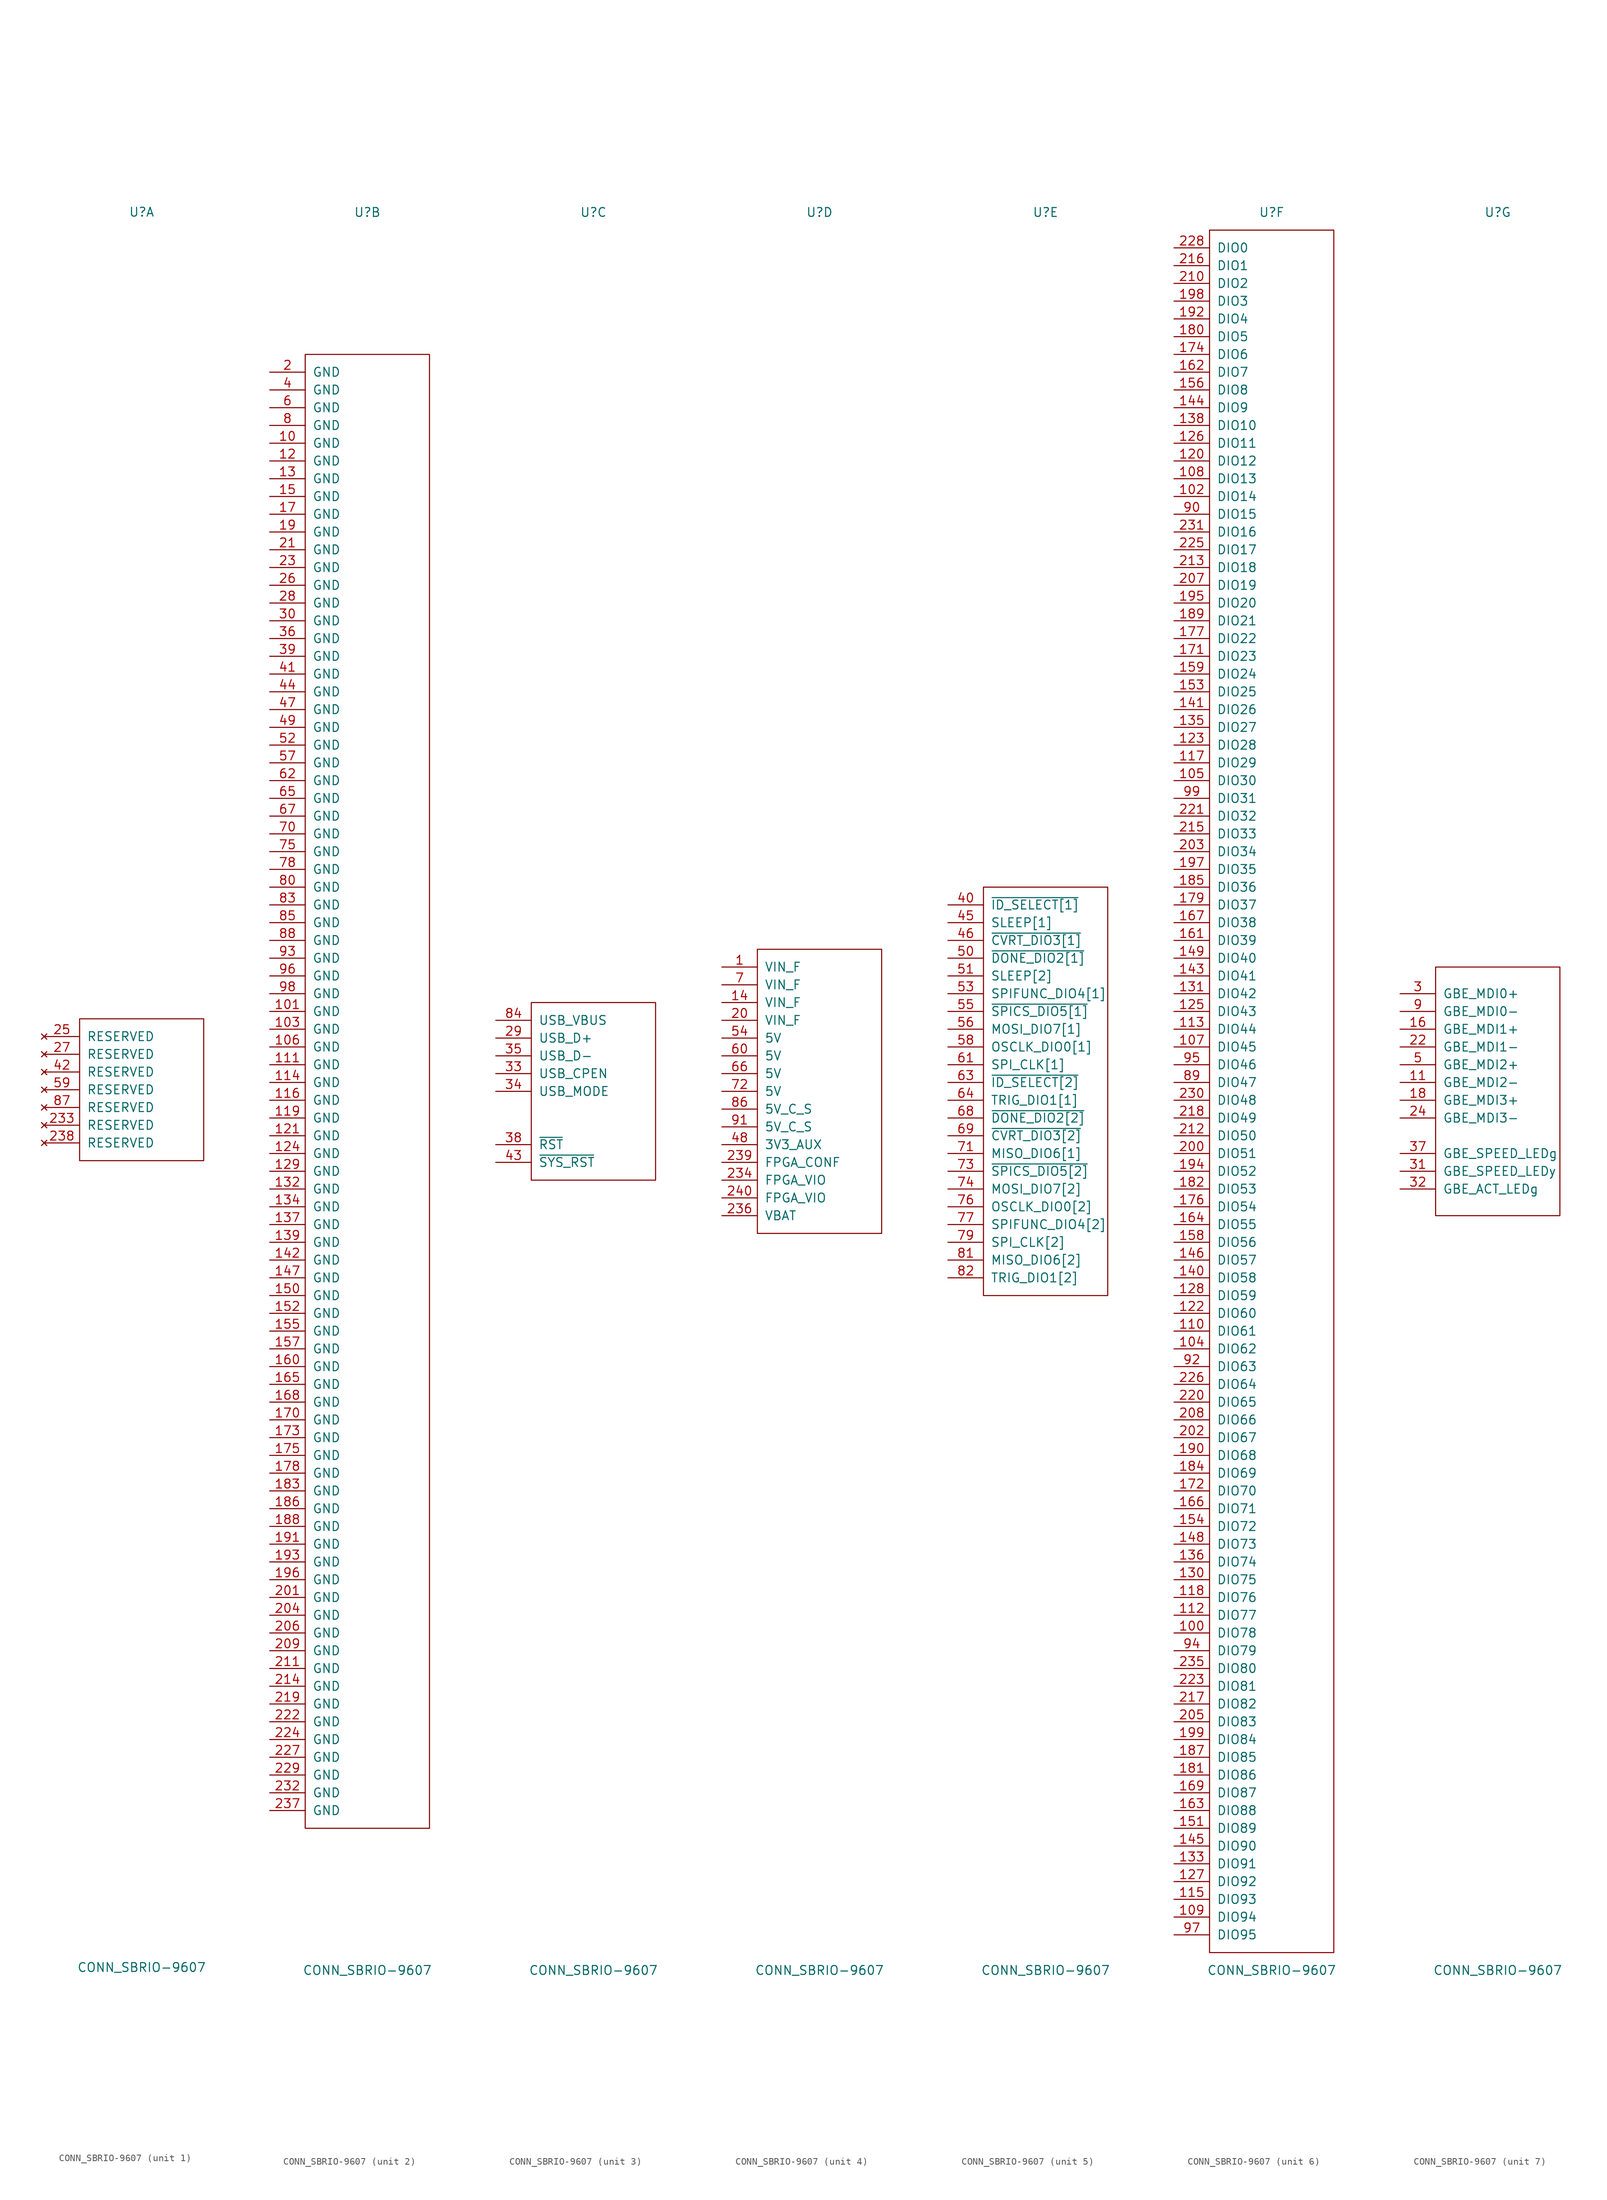
<source format=kicad_sym>
(kicad_symbol_lib
  (version 20201005)
  (generator kicad_symbol_editor)
  (symbol "CONN_SBRIO-9607"
    (pin_names
      (offset 1.016))
    (property "Reference" "U"
      (at 0 125.73 0)
      (effects (font (size 1.27 1.27))))
    (property "Value" "CONN_SBRIO-9607"
      (at 0 -125.73 0)
      (effects (font (size 1.27 1.27))))
    (property "ki_locked" ""
      (at 0 0 0)
      (effects (font (size 1.27 1.27))))
    (symbol "CONN_SBRIO-9607_1_1"
      (rectangle (start -8.89 10.16) (end 8.89 -10.16) (stroke (width 0)) (fill (type none)))
      (pin unconnected line (at -13.97 -5.08 0) (length 5.08) (name "RESERVED" (effects (font (size 1.27 1.27)))) (number "233" (effects (font (size 1.27 1.27)))))
      (pin unconnected line (at -13.97 -7.62 0) (length 5.08) (name "RESERVED" (effects (font (size 1.27 1.27)))) (number "238" (effects (font (size 1.27 1.27)))))
      (pin unconnected line (at -13.97 7.62 0) (length 5.08) (name "RESERVED" (effects (font (size 1.27 1.27)))) (number "25" (effects (font (size 1.27 1.27)))))
      (pin unconnected line (at -13.97 5.08 0) (length 5.08) (name "RESERVED" (effects (font (size 1.27 1.27)))) (number "27" (effects (font (size 1.27 1.27)))))
      (pin unconnected line (at -13.97 2.54 0) (length 5.08) (name "RESERVED" (effects (font (size 1.27 1.27)))) (number "42" (effects (font (size 1.27 1.27)))))
      (pin unconnected line (at -13.97 0 0) (length 5.08) (name "RESERVED" (effects (font (size 1.27 1.27)))) (number "59" (effects (font (size 1.27 1.27)))))
      (pin unconnected line (at -13.97 -2.54 0) (length 5.08) (name "RESERVED" (effects (font (size 1.27 1.27)))) (number "87" (effects (font (size 1.27 1.27))))))
    (symbol "CONN_SBRIO-9607_2_1"
      (rectangle (start -8.89 105.41) (end 8.89 -105.41) (stroke (width 0)) (fill (type none)))
      (pin power_in line (at -13.97 92.71 0) (length 5.08) (name "GND" (effects (font (size 1.27 1.27)))) (number "10" (effects (font (size 1.27 1.27)))))
      (pin power_in line (at -13.97 11.43 0) (length 5.08) (name "GND" (effects (font (size 1.27 1.27)))) (number "101" (effects (font (size 1.27 1.27)))))
      (pin power_in line (at -13.97 8.89 0) (length 5.08) (name "GND" (effects (font (size 1.27 1.27)))) (number "103" (effects (font (size 1.27 1.27)))))
      (pin power_in line (at -13.97 6.35 0) (length 5.08) (name "GND" (effects (font (size 1.27 1.27)))) (number "106" (effects (font (size 1.27 1.27)))))
      (pin power_in line (at -13.97 3.81 0) (length 5.08) (name "GND" (effects (font (size 1.27 1.27)))) (number "111" (effects (font (size 1.27 1.27)))))
      (pin power_in line (at -13.97 1.27 0) (length 5.08) (name "GND" (effects (font (size 1.27 1.27)))) (number "114" (effects (font (size 1.27 1.27)))))
      (pin power_in line (at -13.97 -1.27 0) (length 5.08) (name "GND" (effects (font (size 1.27 1.27)))) (number "116" (effects (font (size 1.27 1.27)))))
      (pin power_in line (at -13.97 -3.81 0) (length 5.08) (name "GND" (effects (font (size 1.27 1.27)))) (number "119" (effects (font (size 1.27 1.27)))))
      (pin power_in line (at -13.97 90.17 0) (length 5.08) (name "GND" (effects (font (size 1.27 1.27)))) (number "12" (effects (font (size 1.27 1.27)))))
      (pin power_in line (at -13.97 -6.35 0) (length 5.08) (name "GND" (effects (font (size 1.27 1.27)))) (number "121" (effects (font (size 1.27 1.27)))))
      (pin power_in line (at -13.97 -8.89 0) (length 5.08) (name "GND" (effects (font (size 1.27 1.27)))) (number "124" (effects (font (size 1.27 1.27)))))
      (pin power_in line (at -13.97 -11.43 0) (length 5.08) (name "GND" (effects (font (size 1.27 1.27)))) (number "129" (effects (font (size 1.27 1.27)))))
      (pin power_in line (at -13.97 87.63 0) (length 5.08) (name "GND" (effects (font (size 1.27 1.27)))) (number "13" (effects (font (size 1.27 1.27)))))
      (pin power_in line (at -13.97 -13.97 0) (length 5.08) (name "GND" (effects (font (size 1.27 1.27)))) (number "132" (effects (font (size 1.27 1.27)))))
      (pin power_in line (at -13.97 -16.51 0) (length 5.08) (name "GND" (effects (font (size 1.27 1.27)))) (number "134" (effects (font (size 1.27 1.27)))))
      (pin power_in line (at -13.97 -19.05 0) (length 5.08) (name "GND" (effects (font (size 1.27 1.27)))) (number "137" (effects (font (size 1.27 1.27)))))
      (pin power_in line (at -13.97 -21.59 0) (length 5.08) (name "GND" (effects (font (size 1.27 1.27)))) (number "139" (effects (font (size 1.27 1.27)))))
      (pin power_in line (at -13.97 -24.13 0) (length 5.08) (name "GND" (effects (font (size 1.27 1.27)))) (number "142" (effects (font (size 1.27 1.27)))))
      (pin power_in line (at -13.97 -26.67 0) (length 5.08) (name "GND" (effects (font (size 1.27 1.27)))) (number "147" (effects (font (size 1.27 1.27)))))
      (pin power_in line (at -13.97 85.09 0) (length 5.08) (name "GND" (effects (font (size 1.27 1.27)))) (number "15" (effects (font (size 1.27 1.27)))))
      (pin power_in line (at -13.97 -29.21 0) (length 5.08) (name "GND" (effects (font (size 1.27 1.27)))) (number "150" (effects (font (size 1.27 1.27)))))
      (pin power_in line (at -13.97 -31.75 0) (length 5.08) (name "GND" (effects (font (size 1.27 1.27)))) (number "152" (effects (font (size 1.27 1.27)))))
      (pin power_in line (at -13.97 -34.29 0) (length 5.08) (name "GND" (effects (font (size 1.27 1.27)))) (number "155" (effects (font (size 1.27 1.27)))))
      (pin power_in line (at -13.97 -36.83 0) (length 5.08) (name "GND" (effects (font (size 1.27 1.27)))) (number "157" (effects (font (size 1.27 1.27)))))
      (pin power_in line (at -13.97 -39.37 0) (length 5.08) (name "GND" (effects (font (size 1.27 1.27)))) (number "160" (effects (font (size 1.27 1.27)))))
      (pin power_in line (at -13.97 -41.91 0) (length 5.08) (name "GND" (effects (font (size 1.27 1.27)))) (number "165" (effects (font (size 1.27 1.27)))))
      (pin power_in line (at -13.97 -44.45 0) (length 5.08) (name "GND" (effects (font (size 1.27 1.27)))) (number "168" (effects (font (size 1.27 1.27)))))
      (pin power_in line (at -13.97 82.55 0) (length 5.08) (name "GND" (effects (font (size 1.27 1.27)))) (number "17" (effects (font (size 1.27 1.27)))))
      (pin power_in line (at -13.97 -46.99 0) (length 5.08) (name "GND" (effects (font (size 1.27 1.27)))) (number "170" (effects (font (size 1.27 1.27)))))
      (pin power_in line (at -13.97 -49.53 0) (length 5.08) (name "GND" (effects (font (size 1.27 1.27)))) (number "173" (effects (font (size 1.27 1.27)))))
      (pin power_in line (at -13.97 -52.07 0) (length 5.08) (name "GND" (effects (font (size 1.27 1.27)))) (number "175" (effects (font (size 1.27 1.27)))))
      (pin power_in line (at -13.97 -54.61 0) (length 5.08) (name "GND" (effects (font (size 1.27 1.27)))) (number "178" (effects (font (size 1.27 1.27)))))
      (pin power_in line (at -13.97 -57.15 0) (length 5.08) (name "GND" (effects (font (size 1.27 1.27)))) (number "183" (effects (font (size 1.27 1.27)))))
      (pin power_in line (at -13.97 -59.69 0) (length 5.08) (name "GND" (effects (font (size 1.27 1.27)))) (number "186" (effects (font (size 1.27 1.27)))))
      (pin power_in line (at -13.97 -62.23 0) (length 5.08) (name "GND" (effects (font (size 1.27 1.27)))) (number "188" (effects (font (size 1.27 1.27)))))
      (pin power_in line (at -13.97 80.01 0) (length 5.08) (name "GND" (effects (font (size 1.27 1.27)))) (number "19" (effects (font (size 1.27 1.27)))))
      (pin power_in line (at -13.97 -64.77 0) (length 5.08) (name "GND" (effects (font (size 1.27 1.27)))) (number "191" (effects (font (size 1.27 1.27)))))
      (pin power_in line (at -13.97 -67.31 0) (length 5.08) (name "GND" (effects (font (size 1.27 1.27)))) (number "193" (effects (font (size 1.27 1.27)))))
      (pin power_in line (at -13.97 -69.85 0) (length 5.08) (name "GND" (effects (font (size 1.27 1.27)))) (number "196" (effects (font (size 1.27 1.27)))))
      (pin power_in line (at -13.97 102.87 0) (length 5.08) (name "GND" (effects (font (size 1.27 1.27)))) (number "2" (effects (font (size 1.27 1.27)))))
      (pin power_in line (at -13.97 -72.39 0) (length 5.08) (name "GND" (effects (font (size 1.27 1.27)))) (number "201" (effects (font (size 1.27 1.27)))))
      (pin power_in line (at -13.97 -74.93 0) (length 5.08) (name "GND" (effects (font (size 1.27 1.27)))) (number "204" (effects (font (size 1.27 1.27)))))
      (pin power_in line (at -13.97 -77.47 0) (length 5.08) (name "GND" (effects (font (size 1.27 1.27)))) (number "206" (effects (font (size 1.27 1.27)))))
      (pin power_in line (at -13.97 -80.01 0) (length 5.08) (name "GND" (effects (font (size 1.27 1.27)))) (number "209" (effects (font (size 1.27 1.27)))))
      (pin power_in line (at -13.97 77.47 0) (length 5.08) (name "GND" (effects (font (size 1.27 1.27)))) (number "21" (effects (font (size 1.27 1.27)))))
      (pin power_in line (at -13.97 -82.55 0) (length 5.08) (name "GND" (effects (font (size 1.27 1.27)))) (number "211" (effects (font (size 1.27 1.27)))))
      (pin power_in line (at -13.97 -85.09 0) (length 5.08) (name "GND" (effects (font (size 1.27 1.27)))) (number "214" (effects (font (size 1.27 1.27)))))
      (pin power_in line (at -13.97 -87.63 0) (length 5.08) (name "GND" (effects (font (size 1.27 1.27)))) (number "219" (effects (font (size 1.27 1.27)))))
      (pin power_in line (at -13.97 -90.17 0) (length 5.08) (name "GND" (effects (font (size 1.27 1.27)))) (number "222" (effects (font (size 1.27 1.27)))))
      (pin power_in line (at -13.97 -92.71 0) (length 5.08) (name "GND" (effects (font (size 1.27 1.27)))) (number "224" (effects (font (size 1.27 1.27)))))
      (pin power_in line (at -13.97 -95.25 0) (length 5.08) (name "GND" (effects (font (size 1.27 1.27)))) (number "227" (effects (font (size 1.27 1.27)))))
      (pin power_in line (at -13.97 -97.79 0) (length 5.08) (name "GND" (effects (font (size 1.27 1.27)))) (number "229" (effects (font (size 1.27 1.27)))))
      (pin power_in line (at -13.97 74.93 0) (length 5.08) (name "GND" (effects (font (size 1.27 1.27)))) (number "23" (effects (font (size 1.27 1.27)))))
      (pin power_in line (at -13.97 -100.33 0) (length 5.08) (name "GND" (effects (font (size 1.27 1.27)))) (number "232" (effects (font (size 1.27 1.27)))))
      (pin power_in line (at -13.97 -102.87 0) (length 5.08) (name "GND" (effects (font (size 1.27 1.27)))) (number "237" (effects (font (size 1.27 1.27)))))
      (pin power_in line (at -13.97 72.39 0) (length 5.08) (name "GND" (effects (font (size 1.27 1.27)))) (number "26" (effects (font (size 1.27 1.27)))))
      (pin power_in line (at -13.97 69.85 0) (length 5.08) (name "GND" (effects (font (size 1.27 1.27)))) (number "28" (effects (font (size 1.27 1.27)))))
      (pin power_in line (at -13.97 67.31 0) (length 5.08) (name "GND" (effects (font (size 1.27 1.27)))) (number "30" (effects (font (size 1.27 1.27)))))
      (pin power_in line (at -13.97 64.77 0) (length 5.08) (name "GND" (effects (font (size 1.27 1.27)))) (number "36" (effects (font (size 1.27 1.27)))))
      (pin power_in line (at -13.97 62.23 0) (length 5.08) (name "GND" (effects (font (size 1.27 1.27)))) (number "39" (effects (font (size 1.27 1.27)))))
      (pin power_in line (at -13.97 100.33 0) (length 5.08) (name "GND" (effects (font (size 1.27 1.27)))) (number "4" (effects (font (size 1.27 1.27)))))
      (pin power_in line (at -13.97 59.69 0) (length 5.08) (name "GND" (effects (font (size 1.27 1.27)))) (number "41" (effects (font (size 1.27 1.27)))))
      (pin power_in line (at -13.97 57.15 0) (length 5.08) (name "GND" (effects (font (size 1.27 1.27)))) (number "44" (effects (font (size 1.27 1.27)))))
      (pin power_in line (at -13.97 54.61 0) (length 5.08) (name "GND" (effects (font (size 1.27 1.27)))) (number "47" (effects (font (size 1.27 1.27)))))
      (pin power_in line (at -13.97 52.07 0) (length 5.08) (name "GND" (effects (font (size 1.27 1.27)))) (number "49" (effects (font (size 1.27 1.27)))))
      (pin power_in line (at -13.97 49.53 0) (length 5.08) (name "GND" (effects (font (size 1.27 1.27)))) (number "52" (effects (font (size 1.27 1.27)))))
      (pin power_in line (at -13.97 46.99 0) (length 5.08) (name "GND" (effects (font (size 1.27 1.27)))) (number "57" (effects (font (size 1.27 1.27)))))
      (pin power_in line (at -13.97 97.79 0) (length 5.08) (name "GND" (effects (font (size 1.27 1.27)))) (number "6" (effects (font (size 1.27 1.27)))))
      (pin power_in line (at -13.97 44.45 0) (length 5.08) (name "GND" (effects (font (size 1.27 1.27)))) (number "62" (effects (font (size 1.27 1.27)))))
      (pin power_in line (at -13.97 41.91 0) (length 5.08) (name "GND" (effects (font (size 1.27 1.27)))) (number "65" (effects (font (size 1.27 1.27)))))
      (pin power_in line (at -13.97 39.37 0) (length 5.08) (name "GND" (effects (font (size 1.27 1.27)))) (number "67" (effects (font (size 1.27 1.27)))))
      (pin power_in line (at -13.97 36.83 0) (length 5.08) (name "GND" (effects (font (size 1.27 1.27)))) (number "70" (effects (font (size 1.27 1.27)))))
      (pin power_in line (at -13.97 34.29 0) (length 5.08) (name "GND" (effects (font (size 1.27 1.27)))) (number "75" (effects (font (size 1.27 1.27)))))
      (pin power_in line (at -13.97 31.75 0) (length 5.08) (name "GND" (effects (font (size 1.27 1.27)))) (number "78" (effects (font (size 1.27 1.27)))))
      (pin power_in line (at -13.97 95.25 0) (length 5.08) (name "GND" (effects (font (size 1.27 1.27)))) (number "8" (effects (font (size 1.27 1.27)))))
      (pin power_in line (at -13.97 29.21 0) (length 5.08) (name "GND" (effects (font (size 1.27 1.27)))) (number "80" (effects (font (size 1.27 1.27)))))
      (pin power_in line (at -13.97 26.67 0) (length 5.08) (name "GND" (effects (font (size 1.27 1.27)))) (number "83" (effects (font (size 1.27 1.27)))))
      (pin power_in line (at -13.97 24.13 0) (length 5.08) (name "GND" (effects (font (size 1.27 1.27)))) (number "85" (effects (font (size 1.27 1.27)))))
      (pin power_in line (at -13.97 21.59 0) (length 5.08) (name "GND" (effects (font (size 1.27 1.27)))) (number "88" (effects (font (size 1.27 1.27)))))
      (pin power_in line (at -13.97 19.05 0) (length 5.08) (name "GND" (effects (font (size 1.27 1.27)))) (number "93" (effects (font (size 1.27 1.27)))))
      (pin power_in line (at -13.97 16.51 0) (length 5.08) (name "GND" (effects (font (size 1.27 1.27)))) (number "96" (effects (font (size 1.27 1.27)))))
      (pin power_in line (at -13.97 13.97 0) (length 5.08) (name "GND" (effects (font (size 1.27 1.27)))) (number "98" (effects (font (size 1.27 1.27))))))
    (symbol "CONN_SBRIO-9607_3_1"
      (rectangle (start -8.89 12.7) (end 8.89 -12.7) (stroke (width 0)) (fill (type none)))
      (pin bidirectional line (at -13.97 7.62 0) (length 5.08) (name "USB_D+" (effects (font (size 1.27 1.27)))) (number "29" (effects (font (size 1.27 1.27)))))
      (pin output line (at -13.97 2.54 0) (length 5.08) (name "USB_CPEN" (effects (font (size 1.27 1.27)))) (number "33" (effects (font (size 1.27 1.27)))))
      (pin input line (at -13.97 0 0) (length 5.08) (name "USB_MODE" (effects (font (size 1.27 1.27)))) (number "34" (effects (font (size 1.27 1.27)))))
      (pin bidirectional line (at -13.97 5.08 0) (length 5.08) (name "USB_D-" (effects (font (size 1.27 1.27)))) (number "35" (effects (font (size 1.27 1.27)))))
      (pin input line (at -13.97 -7.62 0) (length 5.08) (name "~RST" (effects (font (size 1.27 1.27)))) (number "38" (effects (font (size 1.27 1.27)))))
      (pin power_in line (at -13.97 -10.16 0) (length 5.08) (name "~SYS_RST" (effects (font (size 1.27 1.27)))) (number "43" (effects (font (size 1.27 1.27)))))
      (pin power_in line (at -13.97 10.16 0) (length 5.08) (name "USB_VBUS" (effects (font (size 1.27 1.27)))) (number "84" (effects (font (size 1.27 1.27))))))
    (symbol "CONN_SBRIO-9607_4_1"
      (rectangle (start -8.89 20.32) (end 8.89 -20.32) (stroke (width 0)) (fill (type none)))
      (pin power_in line (at -13.97 17.78 0) (length 5.08) (name "VIN_F" (effects (font (size 1.27 1.27)))) (number "1" (effects (font (size 1.27 1.27)))))
      (pin power_in line (at -13.97 12.7 0) (length 5.08) (name "VIN_F" (effects (font (size 1.27 1.27)))) (number "14" (effects (font (size 1.27 1.27)))))
      (pin power_in line (at -13.97 10.16 0) (length 5.08) (name "VIN_F" (effects (font (size 1.27 1.27)))) (number "20" (effects (font (size 1.27 1.27)))))
      (pin bidirectional line (at -13.97 -12.7 0) (length 5.08) (name "FPGA_VIO" (effects (font (size 1.27 1.27)))) (number "234" (effects (font (size 1.27 1.27)))))
      (pin power_in line (at -13.97 -17.78 0) (length 5.08) (name "VBAT" (effects (font (size 1.27 1.27)))) (number "236" (effects (font (size 1.27 1.27)))))
      (pin input line (at -13.97 -10.16 0) (length 5.08) (name "FPGA_CONF" (effects (font (size 1.27 1.27)))) (number "239" (effects (font (size 1.27 1.27)))))
      (pin bidirectional line (at -13.97 -15.24 0) (length 5.08) (name "FPGA_VIO" (effects (font (size 1.27 1.27)))) (number "240" (effects (font (size 1.27 1.27)))))
      (pin power_out line (at -13.97 -7.62 0) (length 5.08) (name "3V3_AUX" (effects (font (size 1.27 1.27)))) (number "48" (effects (font (size 1.27 1.27)))))
      (pin power_out line (at -13.97 7.62 0) (length 5.08) (name "5V" (effects (font (size 1.27 1.27)))) (number "54" (effects (font (size 1.27 1.27)))))
      (pin power_out line (at -13.97 5.08 0) (length 5.08) (name "5V" (effects (font (size 1.27 1.27)))) (number "60" (effects (font (size 1.27 1.27)))))
      (pin power_out line (at -13.97 2.54 0) (length 5.08) (name "5V" (effects (font (size 1.27 1.27)))) (number "66" (effects (font (size 1.27 1.27)))))
      (pin power_in line (at -13.97 15.24 0) (length 5.08) (name "VIN_F" (effects (font (size 1.27 1.27)))) (number "7" (effects (font (size 1.27 1.27)))))
      (pin power_out line (at -13.97 0 0) (length 5.08) (name "5V" (effects (font (size 1.27 1.27)))) (number "72" (effects (font (size 1.27 1.27)))))
      (pin power_out line (at -13.97 -2.54 0) (length 5.08) (name "5V_C_S" (effects (font (size 1.27 1.27)))) (number "86" (effects (font (size 1.27 1.27)))))
      (pin power_out line (at -13.97 -5.08 0) (length 5.08) (name "5V_C_S" (effects (font (size 1.27 1.27)))) (number "91" (effects (font (size 1.27 1.27))))))
    (symbol "CONN_SBRIO-9607_5_1"
      (rectangle (start -8.89 29.21) (end 8.89 -29.21) (stroke (width 0)) (fill (type none)))
      (pin bidirectional line (at -13.97 26.67 0) (length 5.08) (name "~ID_SELECT[1]" (effects (font (size 1.27 1.27)))) (number "40" (effects (font (size 1.27 1.27)))))
      (pin bidirectional line (at -13.97 24.13 0) (length 5.08) (name "SLEEP[1]" (effects (font (size 1.27 1.27)))) (number "45" (effects (font (size 1.27 1.27)))))
      (pin bidirectional line (at -13.97 21.59 0) (length 5.08) (name "~CVRT_DIO3[1]" (effects (font (size 1.27 1.27)))) (number "46" (effects (font (size 1.27 1.27)))))
      (pin bidirectional line (at -13.97 19.05 0) (length 5.08) (name "~DONE_DIO2[1]" (effects (font (size 1.27 1.27)))) (number "50" (effects (font (size 1.27 1.27)))))
      (pin bidirectional line (at -13.97 16.51 0) (length 5.08) (name "SLEEP[2]" (effects (font (size 1.27 1.27)))) (number "51" (effects (font (size 1.27 1.27)))))
      (pin bidirectional line (at -13.97 13.97 0) (length 5.08) (name "SPIFUNC_DIO4[1]" (effects (font (size 1.27 1.27)))) (number "53" (effects (font (size 1.27 1.27)))))
      (pin bidirectional line (at -13.97 11.43 0) (length 5.08) (name "~SPICS_DIO5[1]" (effects (font (size 1.27 1.27)))) (number "55" (effects (font (size 1.27 1.27)))))
      (pin bidirectional line (at -13.97 8.89 0) (length 5.08) (name "MOSI_DIO7[1]" (effects (font (size 1.27 1.27)))) (number "56" (effects (font (size 1.27 1.27)))))
      (pin bidirectional line (at -13.97 6.35 0) (length 5.08) (name "OSCLK_DIO0[1]" (effects (font (size 1.27 1.27)))) (number "58" (effects (font (size 1.27 1.27)))))
      (pin bidirectional line (at -13.97 3.81 0) (length 5.08) (name "SPI_CLK[1]" (effects (font (size 1.27 1.27)))) (number "61" (effects (font (size 1.27 1.27)))))
      (pin bidirectional line (at -13.97 1.27 0) (length 5.08) (name "~ID_SELECT[2]" (effects (font (size 1.27 1.27)))) (number "63" (effects (font (size 1.27 1.27)))))
      (pin bidirectional line (at -13.97 -1.27 0) (length 5.08) (name "TRIG_DIO1[1]" (effects (font (size 1.27 1.27)))) (number "64" (effects (font (size 1.27 1.27)))))
      (pin bidirectional line (at -13.97 -3.81 0) (length 5.08) (name "~DONE_DIO2[2]" (effects (font (size 1.27 1.27)))) (number "68" (effects (font (size 1.27 1.27)))))
      (pin bidirectional line (at -13.97 -6.35 0) (length 5.08) (name "~CVRT_DIO3[2]" (effects (font (size 1.27 1.27)))) (number "69" (effects (font (size 1.27 1.27)))))
      (pin bidirectional line (at -13.97 -8.89 0) (length 5.08) (name "MISO_DIO6[1]" (effects (font (size 1.27 1.27)))) (number "71" (effects (font (size 1.27 1.27)))))
      (pin bidirectional line (at -13.97 -11.43 0) (length 5.08) (name "~SPICS_DIO5[2]" (effects (font (size 1.27 1.27)))) (number "73" (effects (font (size 1.27 1.27)))))
      (pin bidirectional line (at -13.97 -13.97 0) (length 5.08) (name "MOSI_DIO7[2]" (effects (font (size 1.27 1.27)))) (number "74" (effects (font (size 1.27 1.27)))))
      (pin bidirectional line (at -13.97 -16.51 0) (length 5.08) (name "OSCLK_DIO0[2]" (effects (font (size 1.27 1.27)))) (number "76" (effects (font (size 1.27 1.27)))))
      (pin bidirectional line (at -13.97 -19.05 0) (length 5.08) (name "SPIFUNC_DIO4[2]" (effects (font (size 1.27 1.27)))) (number "77" (effects (font (size 1.27 1.27)))))
      (pin bidirectional line (at -13.97 -21.59 0) (length 5.08) (name "SPI_CLK[2]" (effects (font (size 1.27 1.27)))) (number "79" (effects (font (size 1.27 1.27)))))
      (pin bidirectional line (at -13.97 -24.13 0) (length 5.08) (name "MISO_DIO6[2]" (effects (font (size 1.27 1.27)))) (number "81" (effects (font (size 1.27 1.27)))))
      (pin bidirectional line (at -13.97 -26.67 0) (length 5.08) (name "TRIG_DIO1[2]" (effects (font (size 1.27 1.27)))) (number "82" (effects (font (size 1.27 1.27))))))
    (symbol "CONN_SBRIO-9607_6_1"
      (rectangle (start -8.89 123.19) (end 8.89 -123.19) (stroke (width 0)) (fill (type none)))
      (pin bidirectional line (at -13.97 -77.47 0) (length 5.08) (name "DIO78" (effects (font (size 1.27 1.27)))) (number "100" (effects (font (size 1.27 1.27)))))
      (pin bidirectional line (at -13.97 85.09 0) (length 5.08) (name "DIO14" (effects (font (size 1.27 1.27)))) (number "102" (effects (font (size 1.27 1.27)))))
      (pin bidirectional line (at -13.97 -36.83 0) (length 5.08) (name "DIO62" (effects (font (size 1.27 1.27)))) (number "104" (effects (font (size 1.27 1.27)))))
      (pin bidirectional line (at -13.97 44.45 0) (length 5.08) (name "DIO30" (effects (font (size 1.27 1.27)))) (number "105" (effects (font (size 1.27 1.27)))))
      (pin bidirectional line (at -13.97 6.35 0) (length 5.08) (name "DIO45" (effects (font (size 1.27 1.27)))) (number "107" (effects (font (size 1.27 1.27)))))
      (pin bidirectional line (at -13.97 87.63 0) (length 5.08) (name "DIO13" (effects (font (size 1.27 1.27)))) (number "108" (effects (font (size 1.27 1.27)))))
      (pin bidirectional line (at -13.97 -118.11 0) (length 5.08) (name "DIO94" (effects (font (size 1.27 1.27)))) (number "109" (effects (font (size 1.27 1.27)))))
      (pin bidirectional line (at -13.97 -34.29 0) (length 5.08) (name "DIO61" (effects (font (size 1.27 1.27)))) (number "110" (effects (font (size 1.27 1.27)))))
      (pin bidirectional line (at -13.97 -74.93 0) (length 5.08) (name "DIO77" (effects (font (size 1.27 1.27)))) (number "112" (effects (font (size 1.27 1.27)))))
      (pin bidirectional line (at -13.97 8.89 0) (length 5.08) (name "DIO44" (effects (font (size 1.27 1.27)))) (number "113" (effects (font (size 1.27 1.27)))))
      (pin bidirectional line (at -13.97 -115.57 0) (length 5.08) (name "DIO93" (effects (font (size 1.27 1.27)))) (number "115" (effects (font (size 1.27 1.27)))))
      (pin bidirectional line (at -13.97 46.99 0) (length 5.08) (name "DIO29" (effects (font (size 1.27 1.27)))) (number "117" (effects (font (size 1.27 1.27)))))
      (pin bidirectional line (at -13.97 -72.39 0) (length 5.08) (name "DIO76" (effects (font (size 1.27 1.27)))) (number "118" (effects (font (size 1.27 1.27)))))
      (pin bidirectional line (at -13.97 90.17 0) (length 5.08) (name "DIO12" (effects (font (size 1.27 1.27)))) (number "120" (effects (font (size 1.27 1.27)))))
      (pin bidirectional line (at -13.97 -31.75 0) (length 5.08) (name "DIO60" (effects (font (size 1.27 1.27)))) (number "122" (effects (font (size 1.27 1.27)))))
      (pin bidirectional line (at -13.97 49.53 0) (length 5.08) (name "DIO28" (effects (font (size 1.27 1.27)))) (number "123" (effects (font (size 1.27 1.27)))))
      (pin bidirectional line (at -13.97 11.43 0) (length 5.08) (name "DIO43" (effects (font (size 1.27 1.27)))) (number "125" (effects (font (size 1.27 1.27)))))
      (pin bidirectional line (at -13.97 92.71 0) (length 5.08) (name "DIO11" (effects (font (size 1.27 1.27)))) (number "126" (effects (font (size 1.27 1.27)))))
      (pin bidirectional line (at -13.97 -113.03 0) (length 5.08) (name "DIO92" (effects (font (size 1.27 1.27)))) (number "127" (effects (font (size 1.27 1.27)))))
      (pin bidirectional line (at -13.97 -29.21 0) (length 5.08) (name "DIO59" (effects (font (size 1.27 1.27)))) (number "128" (effects (font (size 1.27 1.27)))))
      (pin bidirectional line (at -13.97 -69.85 0) (length 5.08) (name "DIO75" (effects (font (size 1.27 1.27)))) (number "130" (effects (font (size 1.27 1.27)))))
      (pin bidirectional line (at -13.97 13.97 0) (length 5.08) (name "DIO42" (effects (font (size 1.27 1.27)))) (number "131" (effects (font (size 1.27 1.27)))))
      (pin bidirectional line (at -13.97 -110.49 0) (length 5.08) (name "DIO91" (effects (font (size 1.27 1.27)))) (number "133" (effects (font (size 1.27 1.27)))))
      (pin bidirectional line (at -13.97 52.07 0) (length 5.08) (name "DIO27" (effects (font (size 1.27 1.27)))) (number "135" (effects (font (size 1.27 1.27)))))
      (pin bidirectional line (at -13.97 -67.31 0) (length 5.08) (name "DIO74" (effects (font (size 1.27 1.27)))) (number "136" (effects (font (size 1.27 1.27)))))
      (pin bidirectional line (at -13.97 95.25 0) (length 5.08) (name "DIO10" (effects (font (size 1.27 1.27)))) (number "138" (effects (font (size 1.27 1.27)))))
      (pin bidirectional line (at -13.97 -26.67 0) (length 5.08) (name "DIO58" (effects (font (size 1.27 1.27)))) (number "140" (effects (font (size 1.27 1.27)))))
      (pin bidirectional line (at -13.97 54.61 0) (length 5.08) (name "DIO26" (effects (font (size 1.27 1.27)))) (number "141" (effects (font (size 1.27 1.27)))))
      (pin bidirectional line (at -13.97 16.51 0) (length 5.08) (name "DIO41" (effects (font (size 1.27 1.27)))) (number "143" (effects (font (size 1.27 1.27)))))
      (pin bidirectional line (at -13.97 97.79 0) (length 5.08) (name "DIO9" (effects (font (size 1.27 1.27)))) (number "144" (effects (font (size 1.27 1.27)))))
      (pin bidirectional line (at -13.97 -107.95 0) (length 5.08) (name "DIO90" (effects (font (size 1.27 1.27)))) (number "145" (effects (font (size 1.27 1.27)))))
      (pin bidirectional line (at -13.97 -24.13 0) (length 5.08) (name "DIO57" (effects (font (size 1.27 1.27)))) (number "146" (effects (font (size 1.27 1.27)))))
      (pin bidirectional line (at -13.97 -64.77 0) (length 5.08) (name "DIO73" (effects (font (size 1.27 1.27)))) (number "148" (effects (font (size 1.27 1.27)))))
      (pin bidirectional line (at -13.97 19.05 0) (length 5.08) (name "DIO40" (effects (font (size 1.27 1.27)))) (number "149" (effects (font (size 1.27 1.27)))))
      (pin bidirectional line (at -13.97 -105.41 0) (length 5.08) (name "DIO89" (effects (font (size 1.27 1.27)))) (number "151" (effects (font (size 1.27 1.27)))))
      (pin bidirectional line (at -13.97 57.15 0) (length 5.08) (name "DIO25" (effects (font (size 1.27 1.27)))) (number "153" (effects (font (size 1.27 1.27)))))
      (pin bidirectional line (at -13.97 -62.23 0) (length 5.08) (name "DIO72" (effects (font (size 1.27 1.27)))) (number "154" (effects (font (size 1.27 1.27)))))
      (pin bidirectional line (at -13.97 100.33 0) (length 5.08) (name "DIO8" (effects (font (size 1.27 1.27)))) (number "156" (effects (font (size 1.27 1.27)))))
      (pin bidirectional line (at -13.97 -21.59 0) (length 5.08) (name "DIO56" (effects (font (size 1.27 1.27)))) (number "158" (effects (font (size 1.27 1.27)))))
      (pin bidirectional line (at -13.97 59.69 0) (length 5.08) (name "DIO24" (effects (font (size 1.27 1.27)))) (number "159" (effects (font (size 1.27 1.27)))))
      (pin bidirectional line (at -13.97 21.59 0) (length 5.08) (name "DIO39" (effects (font (size 1.27 1.27)))) (number "161" (effects (font (size 1.27 1.27)))))
      (pin bidirectional line (at -13.97 102.87 0) (length 5.08) (name "DIO7" (effects (font (size 1.27 1.27)))) (number "162" (effects (font (size 1.27 1.27)))))
      (pin bidirectional line (at -13.97 -102.87 0) (length 5.08) (name "DIO88" (effects (font (size 1.27 1.27)))) (number "163" (effects (font (size 1.27 1.27)))))
      (pin bidirectional line (at -13.97 -19.05 0) (length 5.08) (name "DIO55" (effects (font (size 1.27 1.27)))) (number "164" (effects (font (size 1.27 1.27)))))
      (pin bidirectional line (at -13.97 -59.69 0) (length 5.08) (name "DIO71" (effects (font (size 1.27 1.27)))) (number "166" (effects (font (size 1.27 1.27)))))
      (pin bidirectional line (at -13.97 24.13 0) (length 5.08) (name "DIO38" (effects (font (size 1.27 1.27)))) (number "167" (effects (font (size 1.27 1.27)))))
      (pin bidirectional line (at -13.97 -100.33 0) (length 5.08) (name "DIO87" (effects (font (size 1.27 1.27)))) (number "169" (effects (font (size 1.27 1.27)))))
      (pin bidirectional line (at -13.97 62.23 0) (length 5.08) (name "DIO23" (effects (font (size 1.27 1.27)))) (number "171" (effects (font (size 1.27 1.27)))))
      (pin bidirectional line (at -13.97 -57.15 0) (length 5.08) (name "DIO70" (effects (font (size 1.27 1.27)))) (number "172" (effects (font (size 1.27 1.27)))))
      (pin bidirectional line (at -13.97 105.41 0) (length 5.08) (name "DIO6" (effects (font (size 1.27 1.27)))) (number "174" (effects (font (size 1.27 1.27)))))
      (pin bidirectional line (at -13.97 -16.51 0) (length 5.08) (name "DIO54" (effects (font (size 1.27 1.27)))) (number "176" (effects (font (size 1.27 1.27)))))
      (pin bidirectional line (at -13.97 64.77 0) (length 5.08) (name "DIO22" (effects (font (size 1.27 1.27)))) (number "177" (effects (font (size 1.27 1.27)))))
      (pin bidirectional line (at -13.97 26.67 0) (length 5.08) (name "DIO37" (effects (font (size 1.27 1.27)))) (number "179" (effects (font (size 1.27 1.27)))))
      (pin bidirectional line (at -13.97 107.95 0) (length 5.08) (name "DIO5" (effects (font (size 1.27 1.27)))) (number "180" (effects (font (size 1.27 1.27)))))
      (pin bidirectional line (at -13.97 -97.79 0) (length 5.08) (name "DIO86" (effects (font (size 1.27 1.27)))) (number "181" (effects (font (size 1.27 1.27)))))
      (pin bidirectional line (at -13.97 -13.97 0) (length 5.08) (name "DIO53" (effects (font (size 1.27 1.27)))) (number "182" (effects (font (size 1.27 1.27)))))
      (pin bidirectional line (at -13.97 -54.61 0) (length 5.08) (name "DIO69" (effects (font (size 1.27 1.27)))) (number "184" (effects (font (size 1.27 1.27)))))
      (pin bidirectional line (at -13.97 29.21 0) (length 5.08) (name "DIO36" (effects (font (size 1.27 1.27)))) (number "185" (effects (font (size 1.27 1.27)))))
      (pin bidirectional line (at -13.97 -95.25 0) (length 5.08) (name "DIO85" (effects (font (size 1.27 1.27)))) (number "187" (effects (font (size 1.27 1.27)))))
      (pin bidirectional line (at -13.97 67.31 0) (length 5.08) (name "DIO21" (effects (font (size 1.27 1.27)))) (number "189" (effects (font (size 1.27 1.27)))))
      (pin bidirectional line (at -13.97 -52.07 0) (length 5.08) (name "DIO68" (effects (font (size 1.27 1.27)))) (number "190" (effects (font (size 1.27 1.27)))))
      (pin bidirectional line (at -13.97 110.49 0) (length 5.08) (name "DIO4" (effects (font (size 1.27 1.27)))) (number "192" (effects (font (size 1.27 1.27)))))
      (pin bidirectional line (at -13.97 -11.43 0) (length 5.08) (name "DIO52" (effects (font (size 1.27 1.27)))) (number "194" (effects (font (size 1.27 1.27)))))
      (pin bidirectional line (at -13.97 69.85 0) (length 5.08) (name "DIO20" (effects (font (size 1.27 1.27)))) (number "195" (effects (font (size 1.27 1.27)))))
      (pin bidirectional line (at -13.97 31.75 0) (length 5.08) (name "DIO35" (effects (font (size 1.27 1.27)))) (number "197" (effects (font (size 1.27 1.27)))))
      (pin bidirectional line (at -13.97 113.03 0) (length 5.08) (name "DIO3" (effects (font (size 1.27 1.27)))) (number "198" (effects (font (size 1.27 1.27)))))
      (pin bidirectional line (at -13.97 -92.71 0) (length 5.08) (name "DIO84" (effects (font (size 1.27 1.27)))) (number "199" (effects (font (size 1.27 1.27)))))
      (pin bidirectional line (at -13.97 -8.89 0) (length 5.08) (name "DIO51" (effects (font (size 1.27 1.27)))) (number "200" (effects (font (size 1.27 1.27)))))
      (pin bidirectional line (at -13.97 -49.53 0) (length 5.08) (name "DIO67" (effects (font (size 1.27 1.27)))) (number "202" (effects (font (size 1.27 1.27)))))
      (pin bidirectional line (at -13.97 34.29 0) (length 5.08) (name "DIO34" (effects (font (size 1.27 1.27)))) (number "203" (effects (font (size 1.27 1.27)))))
      (pin bidirectional line (at -13.97 -90.17 0) (length 5.08) (name "DIO83" (effects (font (size 1.27 1.27)))) (number "205" (effects (font (size 1.27 1.27)))))
      (pin bidirectional line (at -13.97 72.39 0) (length 5.08) (name "DIO19" (effects (font (size 1.27 1.27)))) (number "207" (effects (font (size 1.27 1.27)))))
      (pin bidirectional line (at -13.97 -46.99 0) (length 5.08) (name "DIO66" (effects (font (size 1.27 1.27)))) (number "208" (effects (font (size 1.27 1.27)))))
      (pin bidirectional line (at -13.97 115.57 0) (length 5.08) (name "DIO2" (effects (font (size 1.27 1.27)))) (number "210" (effects (font (size 1.27 1.27)))))
      (pin bidirectional line (at -13.97 -6.35 0) (length 5.08) (name "DIO50" (effects (font (size 1.27 1.27)))) (number "212" (effects (font (size 1.27 1.27)))))
      (pin bidirectional line (at -13.97 74.93 0) (length 5.08) (name "DIO18" (effects (font (size 1.27 1.27)))) (number "213" (effects (font (size 1.27 1.27)))))
      (pin bidirectional line (at -13.97 36.83 0) (length 5.08) (name "DIO33" (effects (font (size 1.27 1.27)))) (number "215" (effects (font (size 1.27 1.27)))))
      (pin bidirectional line (at -13.97 118.11 0) (length 5.08) (name "DIO1" (effects (font (size 1.27 1.27)))) (number "216" (effects (font (size 1.27 1.27)))))
      (pin bidirectional line (at -13.97 -87.63 0) (length 5.08) (name "DIO82" (effects (font (size 1.27 1.27)))) (number "217" (effects (font (size 1.27 1.27)))))
      (pin bidirectional line (at -13.97 -3.81 0) (length 5.08) (name "DIO49" (effects (font (size 1.27 1.27)))) (number "218" (effects (font (size 1.27 1.27)))))
      (pin bidirectional line (at -13.97 -44.45 0) (length 5.08) (name "DIO65" (effects (font (size 1.27 1.27)))) (number "220" (effects (font (size 1.27 1.27)))))
      (pin bidirectional line (at -13.97 39.37 0) (length 5.08) (name "DIO32" (effects (font (size 1.27 1.27)))) (number "221" (effects (font (size 1.27 1.27)))))
      (pin bidirectional line (at -13.97 -85.09 0) (length 5.08) (name "DIO81" (effects (font (size 1.27 1.27)))) (number "223" (effects (font (size 1.27 1.27)))))
      (pin bidirectional line (at -13.97 77.47 0) (length 5.08) (name "DIO17" (effects (font (size 1.27 1.27)))) (number "225" (effects (font (size 1.27 1.27)))))
      (pin bidirectional line (at -13.97 -41.91 0) (length 5.08) (name "DIO64" (effects (font (size 1.27 1.27)))) (number "226" (effects (font (size 1.27 1.27)))))
      (pin bidirectional line (at -13.97 120.65 0) (length 5.08) (name "DIO0" (effects (font (size 1.27 1.27)))) (number "228" (effects (font (size 1.27 1.27)))))
      (pin bidirectional line (at -13.97 -1.27 0) (length 5.08) (name "DIO48" (effects (font (size 1.27 1.27)))) (number "230" (effects (font (size 1.27 1.27)))))
      (pin bidirectional line (at -13.97 80.01 0) (length 5.08) (name "DIO16" (effects (font (size 1.27 1.27)))) (number "231" (effects (font (size 1.27 1.27)))))
      (pin bidirectional line (at -13.97 -82.55 0) (length 5.08) (name "DIO80" (effects (font (size 1.27 1.27)))) (number "235" (effects (font (size 1.27 1.27)))))
      (pin bidirectional line (at -13.97 1.27 0) (length 5.08) (name "DIO47" (effects (font (size 1.27 1.27)))) (number "89" (effects (font (size 1.27 1.27)))))
      (pin bidirectional line (at -13.97 82.55 0) (length 5.08) (name "DIO15" (effects (font (size 1.27 1.27)))) (number "90" (effects (font (size 1.27 1.27)))))
      (pin bidirectional line (at -13.97 -39.37 0) (length 5.08) (name "DIO63" (effects (font (size 1.27 1.27)))) (number "92" (effects (font (size 1.27 1.27)))))
      (pin bidirectional line (at -13.97 -80.01 0) (length 5.08) (name "DIO79" (effects (font (size 1.27 1.27)))) (number "94" (effects (font (size 1.27 1.27)))))
      (pin bidirectional line (at -13.97 3.81 0) (length 5.08) (name "DIO46" (effects (font (size 1.27 1.27)))) (number "95" (effects (font (size 1.27 1.27)))))
      (pin bidirectional line (at -13.97 -120.65 0) (length 5.08) (name "DIO95" (effects (font (size 1.27 1.27)))) (number "97" (effects (font (size 1.27 1.27)))))
      (pin bidirectional line (at -13.97 41.91 0) (length 5.08) (name "DIO31" (effects (font (size 1.27 1.27)))) (number "99" (effects (font (size 1.27 1.27))))))
    (symbol "CONN_SBRIO-9607_7_1"
      (rectangle (start -8.89 17.78) (end 8.89 -17.78) (stroke (width 0)) (fill (type none)))
      (pin bidirectional line (at -13.97 1.27 0) (length 5.08) (name "GBE_MDI2-" (effects (font (size 1.27 1.27)))) (number "11" (effects (font (size 1.27 1.27)))))
      (pin bidirectional line (at -13.97 8.89 0) (length 5.08) (name "GBE_MDI1+" (effects (font (size 1.27 1.27)))) (number "16" (effects (font (size 1.27 1.27)))))
      (pin bidirectional line (at -13.97 -1.27 0) (length 5.08) (name "GBE_MDI3+" (effects (font (size 1.27 1.27)))) (number "18" (effects (font (size 1.27 1.27)))))
      (pin bidirectional line (at -13.97 6.35 0) (length 5.08) (name "GBE_MDI1-" (effects (font (size 1.27 1.27)))) (number "22" (effects (font (size 1.27 1.27)))))
      (pin bidirectional line (at -13.97 -3.81 0) (length 5.08) (name "GBE_MDI3-" (effects (font (size 1.27 1.27)))) (number "24" (effects (font (size 1.27 1.27)))))
      (pin bidirectional line (at -13.97 13.97 0) (length 5.08) (name "GBE_MDI0+" (effects (font (size 1.27 1.27)))) (number "3" (effects (font (size 1.27 1.27)))))
      (pin output line (at -13.97 -11.43 0) (length 5.08) (name "GBE_SPEED_LEDy" (effects (font (size 1.27 1.27)))) (number "31" (effects (font (size 1.27 1.27)))))
      (pin output line (at -13.97 -13.97 0) (length 5.08) (name "GBE_ACT_LEDg" (effects (font (size 1.27 1.27)))) (number "32" (effects (font (size 1.27 1.27)))))
      (pin output line (at -13.97 -8.89 0) (length 5.08) (name "GBE_SPEED_LEDg" (effects (font (size 1.27 1.27)))) (number "37" (effects (font (size 1.27 1.27)))))
      (pin bidirectional line (at -13.97 3.81 0) (length 5.08) (name "GBE_MDI2+" (effects (font (size 1.27 1.27)))) (number "5" (effects (font (size 1.27 1.27)))))
      (pin bidirectional line (at -13.97 11.43 0) (length 5.08) (name "GBE_MDI0-" (effects (font (size 1.27 1.27)))) (number "9" (effects (font (size 1.27 1.27))))))))
</source>
